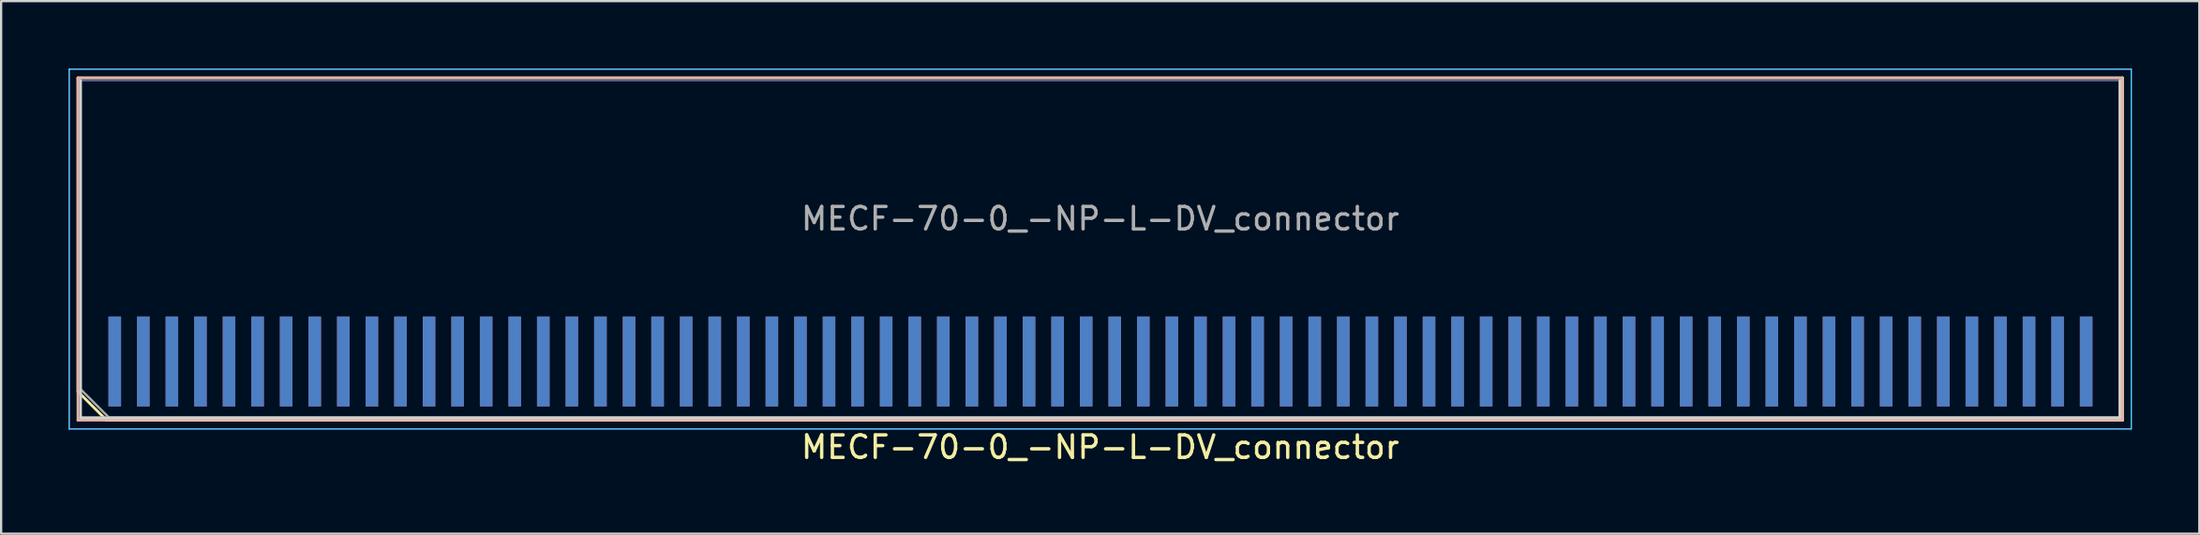
<source format=kicad_pcb>
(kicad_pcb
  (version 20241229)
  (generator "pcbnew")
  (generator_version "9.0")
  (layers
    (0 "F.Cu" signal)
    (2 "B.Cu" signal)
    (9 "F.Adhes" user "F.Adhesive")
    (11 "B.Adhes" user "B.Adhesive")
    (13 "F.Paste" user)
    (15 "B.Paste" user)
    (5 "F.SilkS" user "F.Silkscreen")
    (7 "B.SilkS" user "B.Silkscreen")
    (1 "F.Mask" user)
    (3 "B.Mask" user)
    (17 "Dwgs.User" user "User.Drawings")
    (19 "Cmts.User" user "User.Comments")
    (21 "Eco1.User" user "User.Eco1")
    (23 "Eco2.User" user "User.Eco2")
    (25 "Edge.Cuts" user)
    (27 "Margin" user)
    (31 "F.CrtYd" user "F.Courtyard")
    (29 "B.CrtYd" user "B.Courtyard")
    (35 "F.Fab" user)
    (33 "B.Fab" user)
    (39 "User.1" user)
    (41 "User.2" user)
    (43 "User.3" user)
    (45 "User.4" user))
  (footprint "MECF-70-0_-NP-L-DV_connector"
    (layer "F.Cu")
    (at 45.855 13.025)
    (property "Reference" "MECF-70-0_-NP-L-DV_connector" (at 0 3.81 0) (layer "F.SilkS") (effects (font (size 1 1) (thickness 0.15))))
    (attr smd)
    (fp_line (start -45.44 -12.61) (end 45.44 -12.61) (stroke (width 0.12) (type solid)) (layer "F.SilkS"))
    (fp_line (start -45.44 1.34) (end -45.44 -12.61) (stroke (width 0.12) (type solid)) (layer "F.SilkS"))
    (fp_line (start -44.17 2.61) (end -45.44 1.34) (stroke (width 0.12) (type solid)) (layer "F.SilkS"))
    (fp_line (start -44.17 2.61) (end 45.44 2.61) (stroke (width 0.12) (type solid)) (layer "F.SilkS"))
    (fp_line (start 45.44 2.61) (end 45.44 -12.61) (stroke (width 0.12) (type solid)) (layer "F.SilkS"))
    (fp_line (start -45.44 -12.61) (end 45.44 -12.61) (stroke (width 0.12) (type solid)) (layer "B.SilkS"))
    (fp_line (start -45.44 2.61) (end -45.44 -12.61) (stroke (width 0.12) (type solid)) (layer "B.SilkS"))
    (fp_line (start -45.44 2.61) (end 45.44 2.61) (stroke (width 0.12) (type solid)) (layer "B.SilkS"))
    (fp_line (start 45.44 2.61) (end 45.44 -12.61) (stroke (width 0.12) (type solid)) (layer "B.SilkS"))
    (fp_line (start -45.325 2.5) (end -45.325 -12.5) (stroke (width 0.12) (type solid)) (layer "Edge.Cuts"))
    (fp_line (start -45.325 2.5) (end 45.325 2.5) (stroke (width 0.12) (type solid)) (layer "Edge.Cuts"))
    (fp_line (start 45.325 2.5) (end 45.325 -12.5) (stroke (width 0.12) (type solid)) (layer "Edge.Cuts"))
    (fp_line (start -45.83 -13) (end -45.83 3) (stroke (width 0.05) (type solid)) (layer "B.CrtYd"))
    (fp_line (start -45.83 3) (end 45.83 3) (stroke (width 0.05) (type solid)) (layer "B.CrtYd"))
    (fp_line (start 45.83 -13) (end -45.83 -13) (stroke (width 0.05) (type solid)) (layer "B.CrtYd"))
    (fp_line (start 45.83 3) (end 45.83 -13) (stroke (width 0.05) (type solid)) (layer "B.CrtYd"))
    (fp_line (start -45.83 -13) (end -45.83 3) (stroke (width 0.05) (type solid)) (layer "F.CrtYd"))
    (fp_line (start -45.83 3) (end 45.83 3) (stroke (width 0.05) (type solid)) (layer "F.CrtYd"))
    (fp_line (start 45.83 -13) (end -45.83 -13) (stroke (width 0.05) (type solid)) (layer "F.CrtYd"))
    (fp_line (start 45.83 3) (end 45.83 -13) (stroke (width 0.05) (type solid)) (layer "F.CrtYd"))
    (fp_line (start -45.325 -12.5) (end 45.325 -12.5) (stroke (width 0.1) (type solid)) (layer "B.Fab"))
    (fp_line (start -45.325 2.5) (end -45.325 -12.5) (stroke (width 0.1) (type solid)) (layer "B.Fab"))
    (fp_line (start -45.325 2.5) (end 45.325 2.5) (stroke (width 0.1) (type solid)) (layer "B.Fab"))
    (fp_line (start 45.325 2.5) (end 45.325 -12.5) (stroke (width 0.1) (type solid)) (layer "B.Fab"))
    (fp_line (start -45.325 -12.5) (end 45.325 -12.5) (stroke (width 0.1) (type solid)) (layer "F.Fab"))
    (fp_line (start -45.325 1.23) (end -45.325 -12.5) (stroke (width 0.1) (type solid)) (layer "F.Fab"))
    (fp_line (start -45.325 1.23) (end -44.055 2.5) (stroke (width 0.1) (type solid)) (layer "F.Fab"))
    (fp_line (start -44.055 2.5) (end 45.325 2.5) (stroke (width 0.1) (type solid)) (layer "F.Fab"))
    (fp_line (start 45.325 2.5) (end 45.325 -12.5) (stroke (width 0.1) (type solid)) (layer "F.Fab"))
    (fp_text user "${REFERENCE}" (at 0 -6.35 0) (layer "F.Fab") (effects (font (size 1 1) (thickness 0.15))))
    (pad "1" smd rect (at -43.805 0) (size 0.56 4) (layers "F.Cu" "F.Mask" "F.Paste"))
    (pad "2" smd rect (at -43.805 0) (size 0.56 4) (layers "B.Cu" "B.Mask" "B.Paste"))
    (pad "3" smd rect (at -42.535 0) (size 0.56 4) (layers "F.Cu" "F.Mask" "F.Paste"))
    (pad "4" smd rect (at -42.535 0) (size 0.56 4) (layers "B.Cu" "B.Mask" "B.Paste"))
    (pad "5" smd rect (at -41.265 0) (size 0.56 4) (layers "F.Cu" "F.Mask" "F.Paste"))
    (pad "6" smd rect (at -41.265 0) (size 0.56 4) (layers "B.Cu" "B.Mask" "B.Paste"))
    (pad "7" smd rect (at -39.995 0) (size 0.56 4) (layers "F.Cu" "F.Mask" "F.Paste"))
    (pad "8" smd rect (at -39.995 0) (size 0.56 4) (layers "B.Cu" "B.Mask" "B.Paste"))
    (pad "9" smd rect (at -38.725 0) (size 0.56 4) (layers "F.Cu" "F.Mask" "F.Paste"))
    (pad "10" smd rect (at -38.725 0) (size 0.56 4) (layers "B.Cu" "B.Mask" "B.Paste"))
    (pad "11" smd rect (at -37.455 0) (size 0.56 4) (layers "F.Cu" "F.Mask" "F.Paste"))
    (pad "12" smd rect (at -37.455 0) (size 0.56 4) (layers "B.Cu" "B.Mask" "B.Paste"))
    (pad "13" smd rect (at -36.185 0) (size 0.56 4) (layers "F.Cu" "F.Mask" "F.Paste"))
    (pad "14" smd rect (at -36.185 0) (size 0.56 4) (layers "B.Cu" "B.Mask" "B.Paste"))
    (pad "15" smd rect (at -34.915 0) (size 0.56 4) (layers "F.Cu" "F.Mask" "F.Paste"))
    (pad "16" smd rect (at -34.915 0) (size 0.56 4) (layers "B.Cu" "B.Mask" "B.Paste"))
    (pad "17" smd rect (at -33.645 0) (size 0.56 4) (layers "F.Cu" "F.Mask" "F.Paste"))
    (pad "18" smd rect (at -33.645 0) (size 0.56 4) (layers "B.Cu" "B.Mask" "B.Paste"))
    (pad "19" smd rect (at -32.375 0) (size 0.56 4) (layers "F.Cu" "F.Mask" "F.Paste"))
    (pad "20" smd rect (at -32.375 0) (size 0.56 4) (layers "B.Cu" "B.Mask" "B.Paste"))
    (pad "21" smd rect (at -31.105 0) (size 0.56 4) (layers "F.Cu" "F.Mask" "F.Paste"))
    (pad "22" smd rect (at -31.105 0) (size 0.56 4) (layers "B.Cu" "B.Mask" "B.Paste"))
    (pad "23" smd rect (at -29.835 0) (size 0.56 4) (layers "F.Cu" "F.Mask" "F.Paste"))
    (pad "24" smd rect (at -29.835 0) (size 0.56 4) (layers "B.Cu" "B.Mask" "B.Paste"))
    (pad "25" smd rect (at -28.565 0) (size 0.56 4) (layers "F.Cu" "F.Mask" "F.Paste"))
    (pad "26" smd rect (at -28.565 0) (size 0.56 4) (layers "B.Cu" "B.Mask" "B.Paste"))
    (pad "27" smd rect (at -27.295 0) (size 0.56 4) (layers "F.Cu" "F.Mask" "F.Paste"))
    (pad "28" smd rect (at -27.295 0) (size 0.56 4) (layers "B.Cu" "B.Mask" "B.Paste"))
    (pad "29" smd rect (at -26.025 0) (size 0.56 4) (layers "F.Cu" "F.Mask" "F.Paste"))
    (pad "30" smd rect (at -26.025 0) (size 0.56 4) (layers "B.Cu" "B.Mask" "B.Paste"))
    (pad "31" smd rect (at -24.755 0) (size 0.56 4) (layers "F.Cu" "F.Mask" "F.Paste"))
    (pad "32" smd rect (at -24.755 0) (size 0.56 4) (layers "B.Cu" "B.Mask" "B.Paste"))
    (pad "33" smd rect (at -23.485 0) (size 0.56 4) (layers "F.Cu" "F.Mask" "F.Paste"))
    (pad "34" smd rect (at -23.485 0) (size 0.56 4) (layers "B.Cu" "B.Mask" "B.Paste"))
    (pad "35" smd rect (at -22.215 0) (size 0.56 4) (layers "F.Cu" "F.Mask" "F.Paste"))
    (pad "36" smd rect (at -22.215 0) (size 0.56 4) (layers "B.Cu" "B.Mask" "B.Paste"))
    (pad "37" smd rect (at -20.945 0) (size 0.56 4) (layers "F.Cu" "F.Mask" "F.Paste"))
    (pad "38" smd rect (at -20.945 0) (size 0.56 4) (layers "B.Cu" "B.Mask" "B.Paste"))
    (pad "39" smd rect (at -19.675 0) (size 0.56 4) (layers "F.Cu" "F.Mask" "F.Paste"))
    (pad "40" smd rect (at -19.675 0) (size 0.56 4) (layers "B.Cu" "B.Mask" "B.Paste"))
    (pad "41" smd rect (at -18.405 0) (size 0.56 4) (layers "F.Cu" "F.Mask" "F.Paste"))
    (pad "42" smd rect (at -18.405 0) (size 0.56 4) (layers "B.Cu" "B.Mask" "B.Paste"))
    (pad "43" smd rect (at -17.135 0) (size 0.56 4) (layers "F.Cu" "F.Mask" "F.Paste"))
    (pad "44" smd rect (at -17.135 0) (size 0.56 4) (layers "B.Cu" "B.Mask" "B.Paste"))
    (pad "45" smd rect (at -15.865 0) (size 0.56 4) (layers "F.Cu" "F.Mask" "F.Paste"))
    (pad "46" smd rect (at -15.865 0) (size 0.56 4) (layers "B.Cu" "B.Mask" "B.Paste"))
    (pad "47" smd rect (at -14.595 0) (size 0.56 4) (layers "F.Cu" "F.Mask" "F.Paste"))
    (pad "48" smd rect (at -14.595 0) (size 0.56 4) (layers "B.Cu" "B.Mask" "B.Paste"))
    (pad "49" smd rect (at -13.325 0) (size 0.56 4) (layers "F.Cu" "F.Mask" "F.Paste"))
    (pad "50" smd rect (at -13.325 0) (size 0.56 4) (layers "B.Cu" "B.Mask" "B.Paste"))
    (pad "51" smd rect (at -12.055 0) (size 0.56 4) (layers "F.Cu" "F.Mask" "F.Paste"))
    (pad "52" smd rect (at -12.055 0) (size 0.56 4) (layers "B.Cu" "B.Mask" "B.Paste"))
    (pad "53" smd rect (at -10.785 0) (size 0.56 4) (layers "F.Cu" "F.Mask" "F.Paste"))
    (pad "54" smd rect (at -10.785 0) (size 0.56 4) (layers "B.Cu" "B.Mask" "B.Paste"))
    (pad "55" smd rect (at -9.515 0) (size 0.56 4) (layers "F.Cu" "F.Mask" "F.Paste"))
    (pad "56" smd rect (at -9.515 0) (size 0.56 4) (layers "B.Cu" "B.Mask" "B.Paste"))
    (pad "57" smd rect (at -8.245 0) (size 0.56 4) (layers "F.Cu" "F.Mask" "F.Paste"))
    (pad "58" smd rect (at -8.245 0) (size 0.56 4) (layers "B.Cu" "B.Mask" "B.Paste"))
    (pad "59" smd rect (at -6.975 0) (size 0.56 4) (layers "F.Cu" "F.Mask" "F.Paste"))
    (pad "60" smd rect (at -6.975 0) (size 0.56 4) (layers "B.Cu" "B.Mask" "B.Paste"))
    (pad "61" smd rect (at -5.705 0) (size 0.56 4) (layers "F.Cu" "F.Mask" "F.Paste"))
    (pad "62" smd rect (at -5.705 0) (size 0.56 4) (layers "B.Cu" "B.Mask" "B.Paste"))
    (pad "63" smd rect (at -4.435 0) (size 0.56 4) (layers "F.Cu" "F.Mask" "F.Paste"))
    (pad "64" smd rect (at -4.435 0) (size 0.56 4) (layers "B.Cu" "B.Mask" "B.Paste"))
    (pad "65" smd rect (at -3.165 0) (size 0.56 4) (layers "F.Cu" "F.Mask" "F.Paste"))
    (pad "66" smd rect (at -3.165 0) (size 0.56 4) (layers "B.Cu" "B.Mask" "B.Paste"))
    (pad "67" smd rect (at -1.895 0) (size 0.56 4) (layers "F.Cu" "F.Mask" "F.Paste"))
    (pad "68" smd rect (at -1.895 0) (size 0.56 4) (layers "B.Cu" "B.Mask" "B.Paste"))
    (pad "69" smd rect (at -0.625 0) (size 0.56 4) (layers "F.Cu" "F.Mask" "F.Paste"))
    (pad "70" smd rect (at -0.625 0) (size 0.56 4) (layers "B.Cu" "B.Mask" "B.Paste"))
    (pad "71" smd rect (at 0.645 0) (size 0.56 4) (layers "F.Cu" "F.Mask" "F.Paste"))
    (pad "72" smd rect (at 0.645 0) (size 0.56 4) (layers "B.Cu" "B.Mask" "B.Paste"))
    (pad "73" smd rect (at 1.915 0) (size 0.56 4) (layers "F.Cu" "F.Mask" "F.Paste"))
    (pad "74" smd rect (at 1.915 0) (size 0.56 4) (layers "B.Cu" "B.Mask" "B.Paste"))
    (pad "75" smd rect (at 3.185 0) (size 0.56 4) (layers "F.Cu" "F.Mask" "F.Paste"))
    (pad "76" smd rect (at 3.185 0) (size 0.56 4) (layers "B.Cu" "B.Mask" "B.Paste"))
    (pad "77" smd rect (at 4.455 0) (size 0.56 4) (layers "F.Cu" "F.Mask" "F.Paste"))
    (pad "78" smd rect (at 4.455 0) (size 0.56 4) (layers "B.Cu" "B.Mask" "B.Paste"))
    (pad "79" smd rect (at 5.725 0) (size 0.56 4) (layers "F.Cu" "F.Mask" "F.Paste"))
    (pad "80" smd rect (at 5.725 0) (size 0.56 4) (layers "B.Cu" "B.Mask" "B.Paste"))
    (pad "81" smd rect (at 6.995 0) (size 0.56 4) (layers "F.Cu" "F.Mask" "F.Paste"))
    (pad "82" smd rect (at 6.995 0) (size 0.56 4) (layers "B.Cu" "B.Mask" "B.Paste"))
    (pad "83" smd rect (at 8.265 0) (size 0.56 4) (layers "F.Cu" "F.Mask" "F.Paste"))
    (pad "84" smd rect (at 8.265 0) (size 0.56 4) (layers "B.Cu" "B.Mask" "B.Paste"))
    (pad "85" smd rect (at 9.535 0) (size 0.56 4) (layers "F.Cu" "F.Mask" "F.Paste"))
    (pad "86" smd rect (at 9.535 0) (size 0.56 4) (layers "B.Cu" "B.Mask" "B.Paste"))
    (pad "87" smd rect (at 10.805 0) (size 0.56 4) (layers "F.Cu" "F.Mask" "F.Paste"))
    (pad "88" smd rect (at 10.805 0) (size 0.56 4) (layers "B.Cu" "B.Mask" "B.Paste"))
    (pad "89" smd rect (at 12.075 0) (size 0.56 4) (layers "F.Cu" "F.Mask" "F.Paste"))
    (pad "90" smd rect (at 12.075 0) (size 0.56 4) (layers "B.Cu" "B.Mask" "B.Paste"))
    (pad "91" smd rect (at 13.345 0) (size 0.56 4) (layers "F.Cu" "F.Mask" "F.Paste"))
    (pad "92" smd rect (at 13.345 0) (size 0.56 4) (layers "B.Cu" "B.Mask" "B.Paste"))
    (pad "93" smd rect (at 14.615 0) (size 0.56 4) (layers "F.Cu" "F.Mask" "F.Paste"))
    (pad "94" smd rect (at 14.615 0) (size 0.56 4) (layers "B.Cu" "B.Mask" "B.Paste"))
    (pad "95" smd rect (at 15.885 0) (size 0.56 4) (layers "F.Cu" "F.Mask" "F.Paste"))
    (pad "96" smd rect (at 15.885 0) (size 0.56 4) (layers "B.Cu" "B.Mask" "B.Paste"))
    (pad "97" smd rect (at 17.155 0) (size 0.56 4) (layers "F.Cu" "F.Mask" "F.Paste"))
    (pad "98" smd rect (at 17.155 0) (size 0.56 4) (layers "B.Cu" "B.Mask" "B.Paste"))
    (pad "99" smd rect (at 18.425 0) (size 0.56 4) (layers "F.Cu" "F.Mask" "F.Paste"))
    (pad "100" smd rect (at 18.425 0) (size 0.56 4) (layers "B.Cu" "B.Mask" "B.Paste"))
    (pad "101" smd rect (at 19.695 0) (size 0.56 4) (layers "F.Cu" "F.Mask" "F.Paste"))
    (pad "102" smd rect (at 19.695 0) (size 0.56 4) (layers "B.Cu" "B.Mask" "B.Paste"))
    (pad "103" smd rect (at 20.965 0) (size 0.56 4) (layers "F.Cu" "F.Mask" "F.Paste"))
    (pad "104" smd rect (at 20.965 0) (size 0.56 4) (layers "B.Cu" "B.Mask" "B.Paste"))
    (pad "105" smd rect (at 22.235 0) (size 0.56 4) (layers "F.Cu" "F.Mask" "F.Paste"))
    (pad "106" smd rect (at 22.235 0) (size 0.56 4) (layers "B.Cu" "B.Mask" "B.Paste"))
    (pad "107" smd rect (at 23.505 0) (size 0.56 4) (layers "F.Cu" "F.Mask" "F.Paste"))
    (pad "108" smd rect (at 23.505 0) (size 0.56 4) (layers "B.Cu" "B.Mask" "B.Paste"))
    (pad "109" smd rect (at 24.775 0) (size 0.56 4) (layers "F.Cu" "F.Mask" "F.Paste"))
    (pad "110" smd rect (at 24.775 0) (size 0.56 4) (layers "B.Cu" "B.Mask" "B.Paste"))
    (pad "111" smd rect (at 26.045 0) (size 0.56 4) (layers "F.Cu" "F.Mask" "F.Paste"))
    (pad "112" smd rect (at 26.045 0) (size 0.56 4) (layers "B.Cu" "B.Mask" "B.Paste"))
    (pad "113" smd rect (at 27.315 0) (size 0.56 4) (layers "F.Cu" "F.Mask" "F.Paste"))
    (pad "114" smd rect (at 27.315 0) (size 0.56 4) (layers "B.Cu" "B.Mask" "B.Paste"))
    (pad "115" smd rect (at 28.585 0) (size 0.56 4) (layers "F.Cu" "F.Mask" "F.Paste"))
    (pad "116" smd rect (at 28.585 0) (size 0.56 4) (layers "B.Cu" "B.Mask" "B.Paste"))
    (pad "117" smd rect (at 29.855 0) (size 0.56 4) (layers "F.Cu" "F.Mask" "F.Paste"))
    (pad "118" smd rect (at 29.855 0) (size 0.56 4) (layers "B.Cu" "B.Mask" "B.Paste"))
    (pad "119" smd rect (at 31.125 0) (size 0.56 4) (layers "F.Cu" "F.Mask" "F.Paste"))
    (pad "120" smd rect (at 31.125 0) (size 0.56 4) (layers "B.Cu" "B.Mask" "B.Paste"))
    (pad "121" smd rect (at 32.395 0) (size 0.56 4) (layers "F.Cu" "F.Mask" "F.Paste"))
    (pad "122" smd rect (at 32.395 0) (size 0.56 4) (layers "B.Cu" "B.Mask" "B.Paste"))
    (pad "123" smd rect (at 33.665 0) (size 0.56 4) (layers "F.Cu" "F.Mask" "F.Paste"))
    (pad "124" smd rect (at 33.665 0) (size 0.56 4) (layers "B.Cu" "B.Mask" "B.Paste"))
    (pad "125" smd rect (at 34.935 0) (size 0.56 4) (layers "F.Cu" "F.Mask" "F.Paste"))
    (pad "126" smd rect (at 34.935 0) (size 0.56 4) (layers "B.Cu" "B.Mask" "B.Paste"))
    (pad "127" smd rect (at 36.205 0) (size 0.56 4) (layers "F.Cu" "F.Mask" "F.Paste"))
    (pad "128" smd rect (at 36.205 0) (size 0.56 4) (layers "B.Cu" "B.Mask" "B.Paste"))
    (pad "129" smd rect (at 37.475 0) (size 0.56 4) (layers "F.Cu" "F.Mask" "F.Paste"))
    (pad "130" smd rect (at 37.475 0) (size 0.56 4) (layers "B.Cu" "B.Mask" "B.Paste"))
    (pad "131" smd rect (at 38.745 0) (size 0.56 4) (layers "F.Cu" "F.Mask" "F.Paste"))
    (pad "132" smd rect (at 38.745 0) (size 0.56 4) (layers "B.Cu" "B.Mask" "B.Paste"))
    (pad "133" smd rect (at 40.015 0) (size 0.56 4) (layers "F.Cu" "F.Mask" "F.Paste"))
    (pad "134" smd rect (at 40.015 0) (size 0.56 4) (layers "B.Cu" "B.Mask" "B.Paste"))
    (pad "135" smd rect (at 41.285 0) (size 0.56 4) (layers "F.Cu" "F.Mask" "F.Paste"))
    (pad "136" smd rect (at 41.285 0) (size 0.56 4) (layers "B.Cu" "B.Mask" "B.Paste"))
    (pad "137" smd rect (at 42.555 0) (size 0.56 4) (layers "F.Cu" "F.Mask" "F.Paste"))
    (pad "138" smd rect (at 42.555 0) (size 0.56 4) (layers "B.Cu" "B.Mask" "B.Paste"))
    (pad "139" smd rect (at 43.825 0) (size 0.56 4) (layers "F.Cu" "F.Mask" "F.Paste"))
    (pad "140" smd rect (at 43.825 0) (size 0.56 4) (layers "B.Cu" "B.Mask" "B.Paste")))
  (gr_rect
    (start -3 -3)
    (end 94.71 20.683)
    (stroke (width 0.1) (type default))
    (fill no)
    (layer "Edge.Cuts")))
</source>
